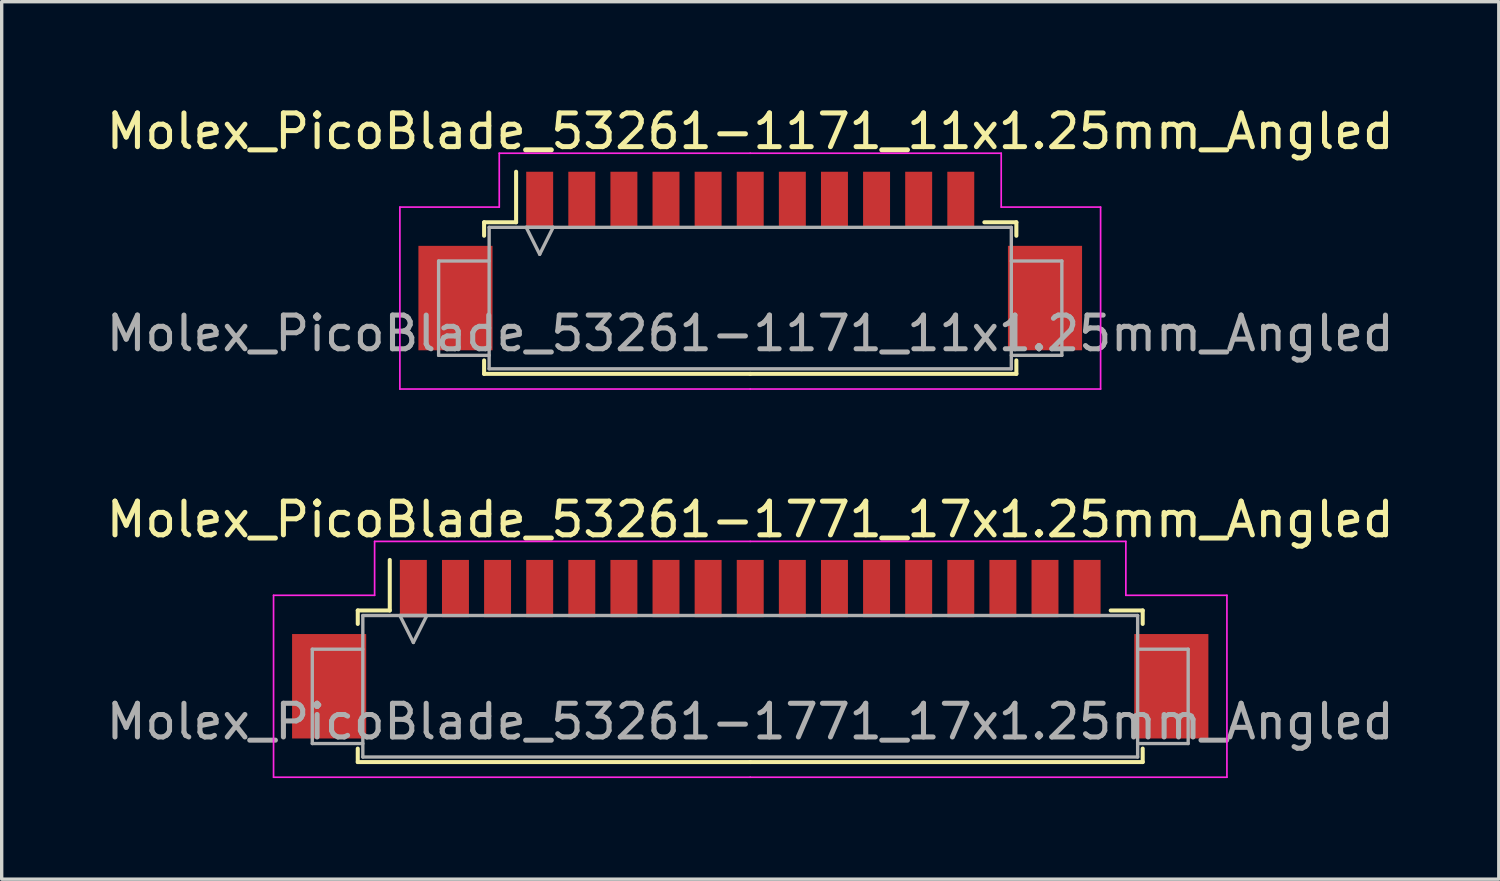
<source format=kicad_pcb>
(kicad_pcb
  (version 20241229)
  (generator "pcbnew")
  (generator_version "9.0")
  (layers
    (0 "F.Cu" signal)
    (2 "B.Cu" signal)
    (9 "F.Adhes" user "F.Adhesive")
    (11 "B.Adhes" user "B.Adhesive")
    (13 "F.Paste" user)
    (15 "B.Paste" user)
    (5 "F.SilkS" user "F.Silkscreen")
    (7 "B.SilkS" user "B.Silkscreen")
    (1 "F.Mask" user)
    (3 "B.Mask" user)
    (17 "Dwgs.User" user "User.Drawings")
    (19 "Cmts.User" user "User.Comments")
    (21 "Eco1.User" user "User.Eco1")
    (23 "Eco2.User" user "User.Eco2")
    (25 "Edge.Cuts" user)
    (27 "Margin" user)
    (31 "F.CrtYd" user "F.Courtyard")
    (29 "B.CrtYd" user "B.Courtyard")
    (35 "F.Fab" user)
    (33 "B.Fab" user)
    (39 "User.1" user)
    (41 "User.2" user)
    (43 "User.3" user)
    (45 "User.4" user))
  (footprint "Molex_PicoBlade_53261-1171_11x1.25mm_Angled"
    (layer "F.Cu")
    (at 19.22 4.348)
    (property "Reference" "Molex_PicoBlade_53261-1171_11x1.25mm_Angled" (at 0 -3.5 0) (layer "F.SilkS") (effects (font (size 1 1) (thickness 0.15))))
    (attr smd)
    (fp_line (start -7.9 -0.8) (end -7.9 -0.4) (stroke (width 0.12) (type solid)) (layer "F.SilkS"))
    (fp_line (start -7.9 3.3) (end -7.9 3.7) (stroke (width 0.12) (type solid)) (layer "F.SilkS"))
    (fp_line (start -7.9 3.7) (end 0 3.7) (stroke (width 0.12) (type solid)) (layer "F.SilkS"))
    (fp_line (start -6.95 -0.8) (end -7.9 -0.8) (stroke (width 0.12) (type solid)) (layer "F.SilkS"))
    (fp_line (start -6.95 -0.8) (end -6.95 -2.3) (stroke (width 0.12) (type solid)) (layer "F.SilkS"))
    (fp_line (start 6.95 -0.8) (end 7.9 -0.8) (stroke (width 0.12) (type solid)) (layer "F.SilkS"))
    (fp_line (start 7.9 -0.8) (end 7.9 -0.4) (stroke (width 0.12) (type solid)) (layer "F.SilkS"))
    (fp_line (start 7.9 3.3) (end 7.9 3.7) (stroke (width 0.12) (type solid)) (layer "F.SilkS"))
    (fp_line (start 7.9 3.7) (end 0 3.7) (stroke (width 0.12) (type solid)) (layer "F.SilkS"))
    (fp_line (start -10.4 -1.25) (end -10.4 4.15) (stroke (width 0.05) (type solid)) (layer "F.CrtYd"))
    (fp_line (start -10.4 4.15) (end 0 4.15) (stroke (width 0.05) (type solid)) (layer "F.CrtYd"))
    (fp_line (start -7.45 -2.85) (end -7.45 -1.25) (stroke (width 0.05) (type solid)) (layer "F.CrtYd"))
    (fp_line (start -7.45 -1.25) (end -10.4 -1.25) (stroke (width 0.05) (type solid)) (layer "F.CrtYd"))
    (fp_line (start 0 -2.85) (end -7.45 -2.85) (stroke (width 0.05) (type solid)) (layer "F.CrtYd"))
    (fp_line (start 0 -2.85) (end 7.45 -2.85) (stroke (width 0.05) (type solid)) (layer "F.CrtYd"))
    (fp_line (start 7.45 -2.85) (end 7.45 -1.25) (stroke (width 0.05) (type solid)) (layer "F.CrtYd"))
    (fp_line (start 7.45 -1.25) (end 10.4 -1.25) (stroke (width 0.05) (type solid)) (layer "F.CrtYd"))
    (fp_line (start 10.4 -1.25) (end 10.4 4.15) (stroke (width 0.05) (type solid)) (layer "F.CrtYd"))
    (fp_line (start 10.4 4.15) (end 0 4.15) (stroke (width 0.05) (type solid)) (layer "F.CrtYd"))
    (fp_line (start -9.25 0.35) (end -9.25 3.15) (stroke (width 0.1) (type solid)) (layer "F.Fab"))
    (fp_line (start -9.25 3.15) (end -7.75 3.15) (stroke (width 0.1) (type solid)) (layer "F.Fab"))
    (fp_line (start -7.75 -0.65) (end 7.75 -0.65) (stroke (width 0.1) (type solid)) (layer "F.Fab"))
    (fp_line (start -7.75 0.35) (end -9.25 0.35) (stroke (width 0.1) (type solid)) (layer "F.Fab"))
    (fp_line (start -7.75 3.55) (end -7.75 -0.65) (stroke (width 0.1) (type solid)) (layer "F.Fab"))
    (fp_line (start -6.65 -0.65) (end -6.25 0.15) (stroke (width 0.1) (type solid)) (layer "F.Fab"))
    (fp_line (start -6.25 0.15) (end -5.85 -0.65) (stroke (width 0.1) (type solid)) (layer "F.Fab"))
    (fp_line (start -5.85 -0.65) (end -6.65 -0.65) (stroke (width 0.1) (type solid)) (layer "F.Fab"))
    (fp_line (start 7.75 -0.65) (end 7.75 3.55) (stroke (width 0.1) (type solid)) (layer "F.Fab"))
    (fp_line (start 7.75 0.35) (end 9.25 0.35) (stroke (width 0.1) (type solid)) (layer "F.Fab"))
    (fp_line (start 7.75 3.55) (end -7.75 3.55) (stroke (width 0.1) (type solid)) (layer "F.Fab"))
    (fp_line (start 9.25 0.35) (end 9.25 3.15) (stroke (width 0.1) (type solid)) (layer "F.Fab"))
    (fp_line (start 9.25 3.15) (end 7.75 3.15) (stroke (width 0.1) (type solid)) (layer "F.Fab"))
    (fp_text user "${REFERENCE}" (at 0 2.5 0) (layer "F.Fab") (effects (font (size 1 1) (thickness 0.15))))
    (pad "" smd rect (at -8.75 1.45) (size 2.2 3.1) (layers "F.Cu" "F.Mask" "F.Paste"))
    (pad "" smd rect (at 8.75 1.45) (size 2.2 3.1) (layers "F.Cu" "F.Mask" "F.Paste"))
    (pad "1" smd rect (at -6.25 -1.45) (size 0.8 1.7) (layers "F.Cu" "F.Mask" "F.Paste"))
    (pad "2" smd rect (at -5 -1.45) (size 0.8 1.7) (layers "F.Cu" "F.Mask" "F.Paste"))
    (pad "3" smd rect (at -3.75 -1.45) (size 0.8 1.7) (layers "F.Cu" "F.Mask" "F.Paste"))
    (pad "4" smd rect (at -2.5 -1.45) (size 0.8 1.7) (layers "F.Cu" "F.Mask" "F.Paste"))
    (pad "5" smd rect (at -1.25 -1.45) (size 0.8 1.7) (layers "F.Cu" "F.Mask" "F.Paste"))
    (pad "6" smd rect (at 0 -1.45) (size 0.8 1.7) (layers "F.Cu" "F.Mask" "F.Paste"))
    (pad "7" smd rect (at 1.25 -1.45) (size 0.8 1.7) (layers "F.Cu" "F.Mask" "F.Paste"))
    (pad "8" smd rect (at 2.5 -1.45) (size 0.8 1.7) (layers "F.Cu" "F.Mask" "F.Paste"))
    (pad "9" smd rect (at 3.75 -1.45) (size 0.8 1.7) (layers "F.Cu" "F.Mask" "F.Paste"))
    (pad "10" smd rect (at 5 -1.45) (size 0.8 1.7) (layers "F.Cu" "F.Mask" "F.Paste"))
    (pad "11" smd rect (at 6.25 -1.45) (size 0.8 1.7) (layers "F.Cu" "F.Mask" "F.Paste")))
  (footprint "Molex_PicoBlade_53261-1771_17x1.25mm_Angled"
    (layer "F.Cu")
    (at 19.22 15.871)
    (property "Reference" "Molex_PicoBlade_53261-1771_17x1.25mm_Angled" (at 0 -3.5 0) (layer "F.SilkS") (effects (font (size 1 1) (thickness 0.15))))
    (attr smd)
    (fp_line (start -11.65 -0.8) (end -11.65 -0.4) (stroke (width 0.12) (type solid)) (layer "F.SilkS"))
    (fp_line (start -11.65 3.3) (end -11.65 3.7) (stroke (width 0.12) (type solid)) (layer "F.SilkS"))
    (fp_line (start -11.65 3.7) (end 0 3.7) (stroke (width 0.12) (type solid)) (layer "F.SilkS"))
    (fp_line (start -10.7 -0.8) (end -11.65 -0.8) (stroke (width 0.12) (type solid)) (layer "F.SilkS"))
    (fp_line (start -10.7 -0.8) (end -10.7 -2.3) (stroke (width 0.12) (type solid)) (layer "F.SilkS"))
    (fp_line (start 10.7 -0.8) (end 11.65 -0.8) (stroke (width 0.12) (type solid)) (layer "F.SilkS"))
    (fp_line (start 11.65 -0.8) (end 11.65 -0.4) (stroke (width 0.12) (type solid)) (layer "F.SilkS"))
    (fp_line (start 11.65 3.3) (end 11.65 3.7) (stroke (width 0.12) (type solid)) (layer "F.SilkS"))
    (fp_line (start 11.65 3.7) (end 0 3.7) (stroke (width 0.12) (type solid)) (layer "F.SilkS"))
    (fp_line (start -14.15 -1.25) (end -14.15 4.15) (stroke (width 0.05) (type solid)) (layer "F.CrtYd"))
    (fp_line (start -14.15 4.15) (end 0 4.15) (stroke (width 0.05) (type solid)) (layer "F.CrtYd"))
    (fp_line (start -11.15 -2.85) (end -11.15 -1.25) (stroke (width 0.05) (type solid)) (layer "F.CrtYd"))
    (fp_line (start -11.15 -1.25) (end -14.15 -1.25) (stroke (width 0.05) (type solid)) (layer "F.CrtYd"))
    (fp_line (start 0 -2.85) (end -11.15 -2.85) (stroke (width 0.05) (type solid)) (layer "F.CrtYd"))
    (fp_line (start 0 -2.85) (end 11.15 -2.85) (stroke (width 0.05) (type solid)) (layer "F.CrtYd"))
    (fp_line (start 11.15 -2.85) (end 11.15 -1.25) (stroke (width 0.05) (type solid)) (layer "F.CrtYd"))
    (fp_line (start 11.15 -1.25) (end 14.15 -1.25) (stroke (width 0.05) (type solid)) (layer "F.CrtYd"))
    (fp_line (start 14.15 -1.25) (end 14.15 4.15) (stroke (width 0.05) (type solid)) (layer "F.CrtYd"))
    (fp_line (start 14.15 4.15) (end 0 4.15) (stroke (width 0.05) (type solid)) (layer "F.CrtYd"))
    (fp_line (start -13 0.35) (end -13 3.15) (stroke (width 0.1) (type solid)) (layer "F.Fab"))
    (fp_line (start -13 3.15) (end -11.5 3.15) (stroke (width 0.1) (type solid)) (layer "F.Fab"))
    (fp_line (start -11.5 -0.65) (end 11.5 -0.65) (stroke (width 0.1) (type solid)) (layer "F.Fab"))
    (fp_line (start -11.5 0.35) (end -13 0.35) (stroke (width 0.1) (type solid)) (layer "F.Fab"))
    (fp_line (start -11.5 3.55) (end -11.5 -0.65) (stroke (width 0.1) (type solid)) (layer "F.Fab"))
    (fp_line (start -10.4 -0.65) (end -10 0.15) (stroke (width 0.1) (type solid)) (layer "F.Fab"))
    (fp_line (start -10 0.15) (end -9.6 -0.65) (stroke (width 0.1) (type solid)) (layer "F.Fab"))
    (fp_line (start -9.6 -0.65) (end -10.4 -0.65) (stroke (width 0.1) (type solid)) (layer "F.Fab"))
    (fp_line (start 11.5 -0.65) (end 11.5 3.55) (stroke (width 0.1) (type solid)) (layer "F.Fab"))
    (fp_line (start 11.5 0.35) (end 13 0.35) (stroke (width 0.1) (type solid)) (layer "F.Fab"))
    (fp_line (start 11.5 3.55) (end -11.5 3.55) (stroke (width 0.1) (type solid)) (layer "F.Fab"))
    (fp_line (start 13 0.35) (end 13 3.15) (stroke (width 0.1) (type solid)) (layer "F.Fab"))
    (fp_line (start 13 3.15) (end 11.5 3.15) (stroke (width 0.1) (type solid)) (layer "F.Fab"))
    (fp_text user "${REFERENCE}" (at 0 2.5 0) (layer "F.Fab") (effects (font (size 1 1) (thickness 0.15))))
    (pad "" smd rect (at -12.5 1.45) (size 2.2 3.1) (layers "F.Cu" "F.Mask" "F.Paste"))
    (pad "" smd rect (at 12.5 1.45) (size 2.2 3.1) (layers "F.Cu" "F.Mask" "F.Paste"))
    (pad "1" smd rect (at -10 -1.45) (size 0.8 1.7) (layers "F.Cu" "F.Mask" "F.Paste"))
    (pad "2" smd rect (at -8.75 -1.45) (size 0.8 1.7) (layers "F.Cu" "F.Mask" "F.Paste"))
    (pad "3" smd rect (at -7.5 -1.45) (size 0.8 1.7) (layers "F.Cu" "F.Mask" "F.Paste"))
    (pad "4" smd rect (at -6.25 -1.45) (size 0.8 1.7) (layers "F.Cu" "F.Mask" "F.Paste"))
    (pad "5" smd rect (at -5 -1.45) (size 0.8 1.7) (layers "F.Cu" "F.Mask" "F.Paste"))
    (pad "6" smd rect (at -3.75 -1.45) (size 0.8 1.7) (layers "F.Cu" "F.Mask" "F.Paste"))
    (pad "7" smd rect (at -2.5 -1.45) (size 0.8 1.7) (layers "F.Cu" "F.Mask" "F.Paste"))
    (pad "8" smd rect (at -1.25 -1.45) (size 0.8 1.7) (layers "F.Cu" "F.Mask" "F.Paste"))
    (pad "9" smd rect (at 0 -1.45) (size 0.8 1.7) (layers "F.Cu" "F.Mask" "F.Paste"))
    (pad "10" smd rect (at 1.25 -1.45) (size 0.8 1.7) (layers "F.Cu" "F.Mask" "F.Paste"))
    (pad "11" smd rect (at 2.5 -1.45) (size 0.8 1.7) (layers "F.Cu" "F.Mask" "F.Paste"))
    (pad "12" smd rect (at 3.75 -1.45) (size 0.8 1.7) (layers "F.Cu" "F.Mask" "F.Paste"))
    (pad "13" smd rect (at 5 -1.45) (size 0.8 1.7) (layers "F.Cu" "F.Mask" "F.Paste"))
    (pad "14" smd rect (at 6.25 -1.45) (size 0.8 1.7) (layers "F.Cu" "F.Mask" "F.Paste"))
    (pad "15" smd rect (at 7.5 -1.45) (size 0.8 1.7) (layers "F.Cu" "F.Mask" "F.Paste"))
    (pad "16" smd rect (at 8.75 -1.45) (size 0.8 1.7) (layers "F.Cu" "F.Mask" "F.Paste"))
    (pad "17" smd rect (at 10 -1.45) (size 0.8 1.7) (layers "F.Cu" "F.Mask" "F.Paste")))
  (gr_rect
    (start -3 -3)
    (end 41.44 23.047)
    (stroke (width 0.1) (type default))
    (fill no)
    (layer "Edge.Cuts")))
</source>
